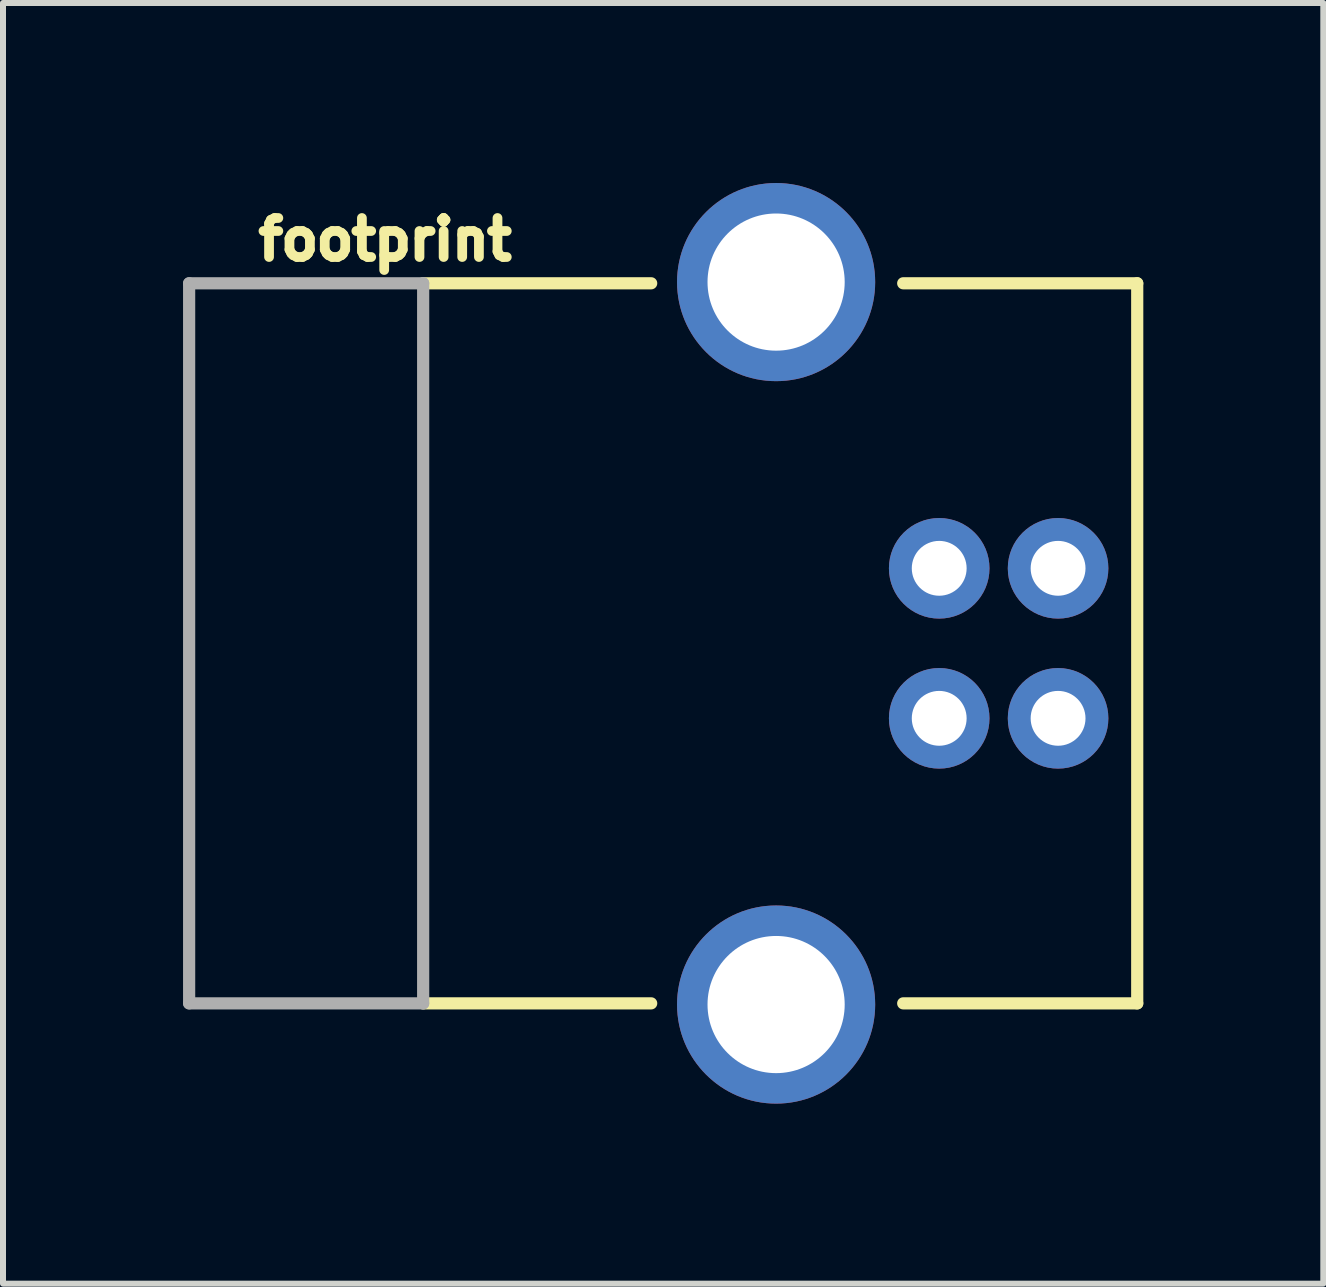
<source format=kicad_pcb>
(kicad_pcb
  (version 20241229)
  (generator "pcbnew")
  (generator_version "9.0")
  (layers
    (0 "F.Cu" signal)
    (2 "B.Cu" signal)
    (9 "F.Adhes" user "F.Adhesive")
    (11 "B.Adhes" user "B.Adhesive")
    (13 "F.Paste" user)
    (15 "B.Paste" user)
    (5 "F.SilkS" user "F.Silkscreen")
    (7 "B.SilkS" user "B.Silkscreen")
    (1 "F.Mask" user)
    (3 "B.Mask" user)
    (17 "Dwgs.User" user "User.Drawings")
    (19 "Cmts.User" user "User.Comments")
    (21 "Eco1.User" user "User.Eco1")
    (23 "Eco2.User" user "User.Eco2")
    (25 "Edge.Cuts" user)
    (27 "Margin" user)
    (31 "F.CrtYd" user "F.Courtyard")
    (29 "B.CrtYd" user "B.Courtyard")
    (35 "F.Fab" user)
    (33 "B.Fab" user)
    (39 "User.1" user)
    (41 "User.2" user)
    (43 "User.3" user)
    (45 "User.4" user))
  (footprint "footprint"
    (layer "F.Cu")
    (at 12.602 7.671)
    (property "Reference" "footprint" (at -11.43 -6.35 0) (layer "F.SilkS") (effects (font (size 0.65 0.65) (thickness 0.163)) (justify left bottom)))
    (fp_line (start -8.6 -6) (end -4.8 -6) (stroke (width 0.203) (type solid)) (layer "F.SilkS"))
    (fp_line (start -8.6 6) (end -4.8 6) (stroke (width 0.203) (type solid)) (layer "F.SilkS"))
    (fp_line (start -0.6 6) (end 3.3 6) (stroke (width 0.203) (type solid)) (layer "F.SilkS"))
    (fp_line (start 3.3 -6) (end -0.6 -6) (stroke (width 0.203) (type solid)) (layer "F.SilkS"))
    (fp_line (start 3.3 6) (end 3.3 -6) (stroke (width 0.203) (type solid)) (layer "F.SilkS"))
    (fp_line (start -12.5 -6) (end -8.6 -6) (stroke (width 0.203) (type solid)) (layer "F.Fab"))
    (fp_line (start -12.5 6) (end -12.5 -6) (stroke (width 0.203) (type solid)) (layer "F.Fab"))
    (fp_line (start -8.6 -6) (end -8.6 6) (stroke (width 0.203) (type solid)) (layer "F.Fab"))
    (fp_line (start -8.6 6) (end -12.5 6) (stroke (width 0.203) (type solid)) (layer "F.Fab"))
    (pad "D+" thru_hole circle (at 0 -1.25 270) (size 1.676 1.676) (drill 0.914) (layers "*.Cu" "*.Mask"))
    (pad "D-" thru_hole circle (at 1.981 -1.25 90) (size 1.676 1.676) (drill 0.914) (layers "*.Cu" "*.Mask"))
    (pad "GND" thru_hole circle (at 0 1.25 270) (size 1.676 1.676) (drill 0.914) (layers "*.Cu" "*.Mask"))
    (pad "S1" thru_hole circle (at -2.718 6.02) (size 3.302 3.302) (drill 2.286) (layers "*.Cu" "*.Mask"))
    (pad "S2" thru_hole circle (at -2.718 -6.02) (size 3.302 3.302) (drill 2.286) (layers "*.Cu" "*.Mask"))
    (pad "VBUS" thru_hole circle (at 1.981 1.25 90) (size 1.676 1.676) (drill 0.914) (layers "*.Cu" "*.Mask")))
  (gr_rect
    (start -3 -3)
    (end 19.003 18.342)
    (stroke (width 0.1) (type default))
    (fill no)
    (layer "Edge.Cuts")))
</source>
